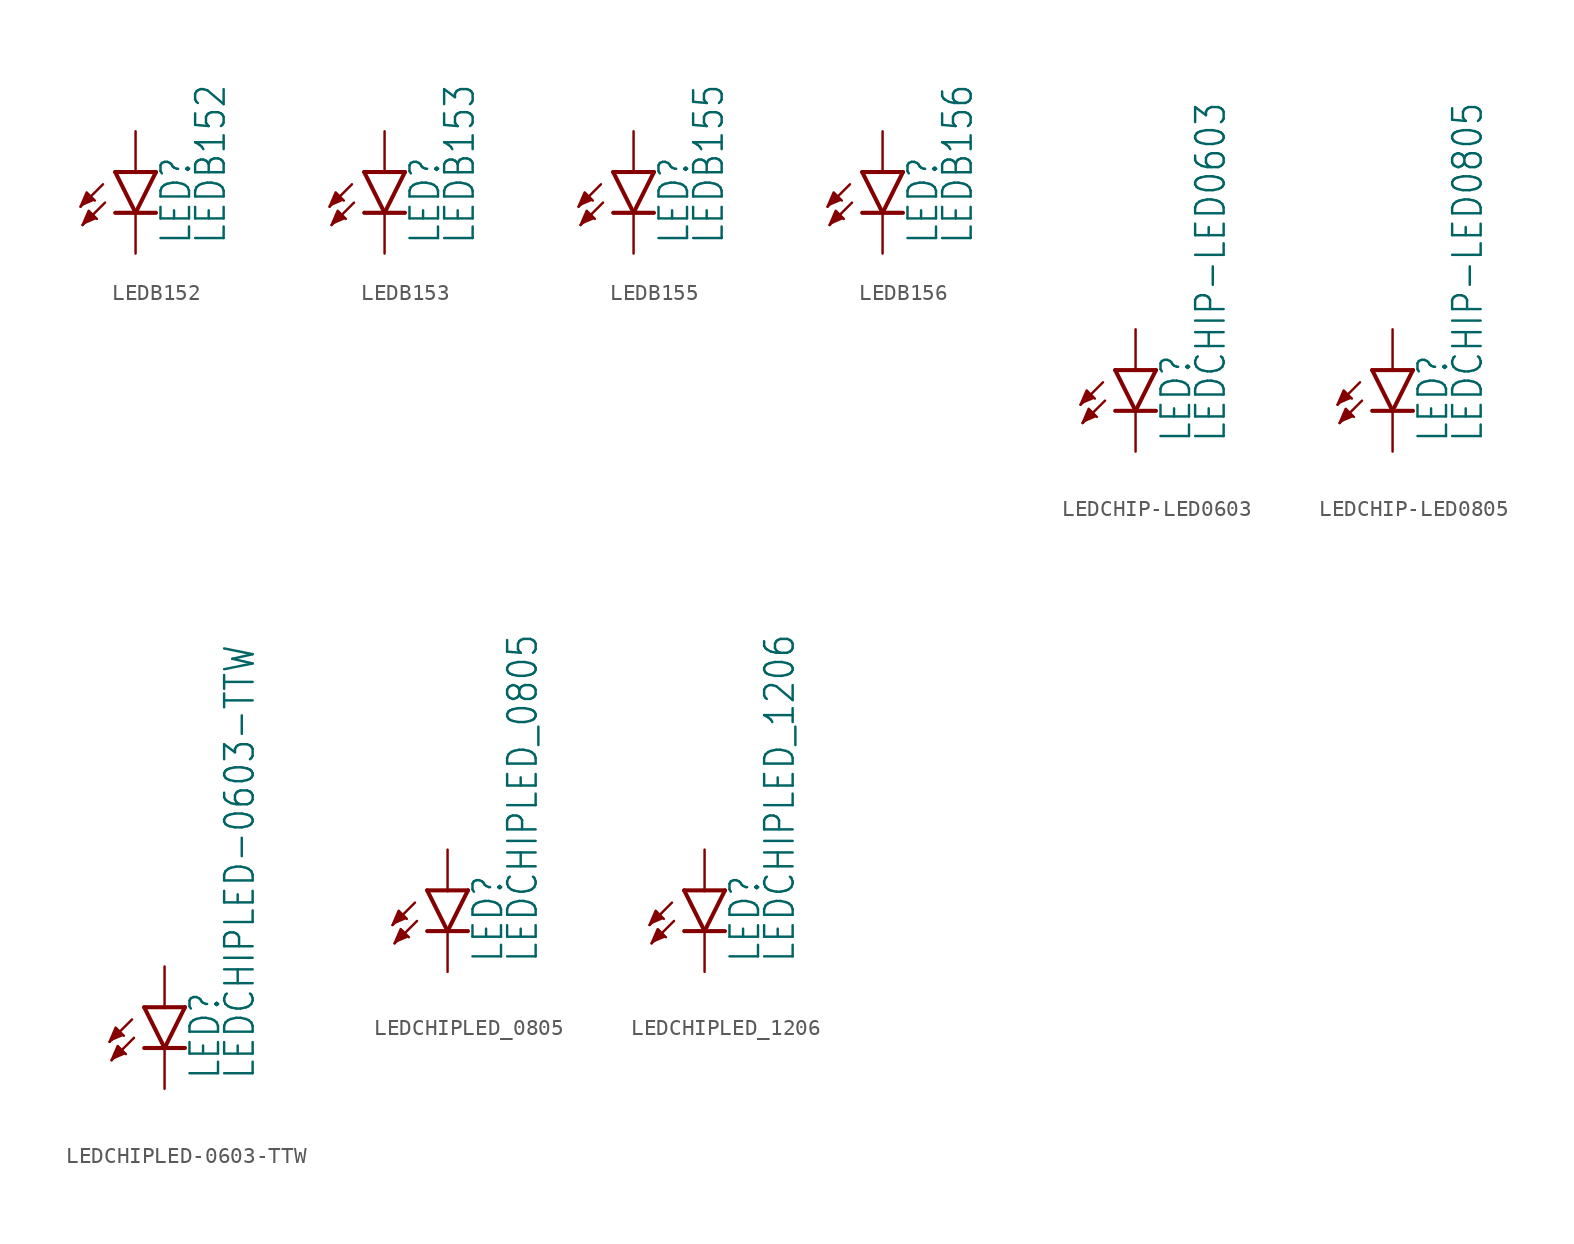
<source format=kicad_sym>
(kicad_symbol_lib
  (version 20210619)
  (generator kicad_symbol_editor)
  (symbol "LEDB152"
    (property "Reference" "LED"
      (at 3.556 -4.572 90)
      (effects (font (size 1.778 1.511)) (justify left bottom)))
    (property "Value" "LEDB152"
      (at 5.715 -4.572 90)
      (effects (font (size 1.778 1.511)) (justify left bottom)))
    (property "ki_locked" ""
      (at 0 0 0)
      (effects (font (size 1.27 1.27))))
    (symbol "LEDB152_1_0"
      (polyline (pts (xy -2.032 -0.762) (xy -3.429 -2.159)) (stroke (width 0.152)) (fill (type none)))
      (polyline (pts (xy -1.905 -1.905) (xy -3.302 -3.302)) (stroke (width 0.152)) (fill (type none)))
      (polyline (pts (xy 0 -2.54) (xy -1.27 -2.54)) (stroke (width 0.254)) (fill (type none)))
      (polyline (pts (xy 0 -2.54) (xy -1.27 0)) (stroke (width 0.254)) (fill (type none)))
      (polyline (pts (xy 0 0) (xy -1.27 0)) (stroke (width 0.254)) (fill (type none)))
      (polyline (pts (xy 1.27 -2.54) (xy 0 -2.54)) (stroke (width 0.254)) (fill (type none)))
      (polyline (pts (xy 1.27 0) (xy 0 -2.54)) (stroke (width 0.254)) (fill (type none)))
      (polyline (pts (xy 1.27 0) (xy 0 0)) (stroke (width 0.254)) (fill (type none)))
      (polyline (pts (xy -3.429 -2.159) (xy -3.048 -1.27) (xy -2.54 -1.778)) (stroke (width 0)) (fill (type outline)))
      (polyline (pts (xy -3.302 -3.302) (xy -2.921 -2.413) (xy -2.413 -2.921)) (stroke (width 0)) (fill (type outline)))
      (pin passive line (at 0 2.54 270) (length 2.54) (name "A" (effects (font (size 0 0)))) (number "A" (effects (font (size 0 0)))))
      (pin passive line (at 0 -5.08 90) (length 2.54) (name "C" (effects (font (size 0 0)))) (number "K" (effects (font (size 0 0)))))))
  (symbol "LEDB153"
    (property "Reference" "LED"
      (at 3.556 -4.572 90)
      (effects (font (size 1.778 1.511)) (justify left bottom)))
    (property "Value" "LEDB153"
      (at 5.715 -4.572 90)
      (effects (font (size 1.778 1.511)) (justify left bottom)))
    (property "ki_locked" ""
      (at 0 0 0)
      (effects (font (size 1.27 1.27))))
    (symbol "LEDB153_1_0"
      (polyline (pts (xy -2.032 -0.762) (xy -3.429 -2.159)) (stroke (width 0.152)) (fill (type none)))
      (polyline (pts (xy -1.905 -1.905) (xy -3.302 -3.302)) (stroke (width 0.152)) (fill (type none)))
      (polyline (pts (xy 0 -2.54) (xy -1.27 -2.54)) (stroke (width 0.254)) (fill (type none)))
      (polyline (pts (xy 0 -2.54) (xy -1.27 0)) (stroke (width 0.254)) (fill (type none)))
      (polyline (pts (xy 0 0) (xy -1.27 0)) (stroke (width 0.254)) (fill (type none)))
      (polyline (pts (xy 1.27 -2.54) (xy 0 -2.54)) (stroke (width 0.254)) (fill (type none)))
      (polyline (pts (xy 1.27 0) (xy 0 -2.54)) (stroke (width 0.254)) (fill (type none)))
      (polyline (pts (xy 1.27 0) (xy 0 0)) (stroke (width 0.254)) (fill (type none)))
      (polyline (pts (xy -3.429 -2.159) (xy -3.048 -1.27) (xy -2.54 -1.778)) (stroke (width 0)) (fill (type outline)))
      (polyline (pts (xy -3.302 -3.302) (xy -2.921 -2.413) (xy -2.413 -2.921)) (stroke (width 0)) (fill (type outline)))
      (pin passive line (at 0 2.54 270) (length 2.54) (name "A" (effects (font (size 0 0)))) (number "A" (effects (font (size 0 0)))))
      (pin passive line (at 0 -5.08 90) (length 2.54) (name "C" (effects (font (size 0 0)))) (number "K" (effects (font (size 0 0)))))))
  (symbol "LEDB155"
    (property "Reference" "LED"
      (at 3.556 -4.572 90)
      (effects (font (size 1.778 1.511)) (justify left bottom)))
    (property "Value" "LEDB155"
      (at 5.715 -4.572 90)
      (effects (font (size 1.778 1.511)) (justify left bottom)))
    (property "ki_locked" ""
      (at 0 0 0)
      (effects (font (size 1.27 1.27))))
    (symbol "LEDB155_1_0"
      (polyline (pts (xy -2.032 -0.762) (xy -3.429 -2.159)) (stroke (width 0.152)) (fill (type none)))
      (polyline (pts (xy -1.905 -1.905) (xy -3.302 -3.302)) (stroke (width 0.152)) (fill (type none)))
      (polyline (pts (xy 0 -2.54) (xy -1.27 -2.54)) (stroke (width 0.254)) (fill (type none)))
      (polyline (pts (xy 0 -2.54) (xy -1.27 0)) (stroke (width 0.254)) (fill (type none)))
      (polyline (pts (xy 0 0) (xy -1.27 0)) (stroke (width 0.254)) (fill (type none)))
      (polyline (pts (xy 1.27 -2.54) (xy 0 -2.54)) (stroke (width 0.254)) (fill (type none)))
      (polyline (pts (xy 1.27 0) (xy 0 -2.54)) (stroke (width 0.254)) (fill (type none)))
      (polyline (pts (xy 1.27 0) (xy 0 0)) (stroke (width 0.254)) (fill (type none)))
      (polyline (pts (xy -3.429 -2.159) (xy -3.048 -1.27) (xy -2.54 -1.778)) (stroke (width 0)) (fill (type outline)))
      (polyline (pts (xy -3.302 -3.302) (xy -2.921 -2.413) (xy -2.413 -2.921)) (stroke (width 0)) (fill (type outline)))
      (pin passive line (at 0 2.54 270) (length 2.54) (name "A" (effects (font (size 0 0)))) (number "A" (effects (font (size 0 0)))))
      (pin passive line (at 0 -5.08 90) (length 2.54) (name "C" (effects (font (size 0 0)))) (number "K" (effects (font (size 0 0)))))))
  (symbol "LEDB156"
    (property "Reference" "LED"
      (at 3.556 -4.572 90)
      (effects (font (size 1.778 1.511)) (justify left bottom)))
    (property "Value" "LEDB156"
      (at 5.715 -4.572 90)
      (effects (font (size 1.778 1.511)) (justify left bottom)))
    (property "ki_locked" ""
      (at 0 0 0)
      (effects (font (size 1.27 1.27))))
    (symbol "LEDB156_1_0"
      (polyline (pts (xy -2.032 -0.762) (xy -3.429 -2.159)) (stroke (width 0.152)) (fill (type none)))
      (polyline (pts (xy -1.905 -1.905) (xy -3.302 -3.302)) (stroke (width 0.152)) (fill (type none)))
      (polyline (pts (xy 0 -2.54) (xy -1.27 -2.54)) (stroke (width 0.254)) (fill (type none)))
      (polyline (pts (xy 0 -2.54) (xy -1.27 0)) (stroke (width 0.254)) (fill (type none)))
      (polyline (pts (xy 0 0) (xy -1.27 0)) (stroke (width 0.254)) (fill (type none)))
      (polyline (pts (xy 1.27 -2.54) (xy 0 -2.54)) (stroke (width 0.254)) (fill (type none)))
      (polyline (pts (xy 1.27 0) (xy 0 -2.54)) (stroke (width 0.254)) (fill (type none)))
      (polyline (pts (xy 1.27 0) (xy 0 0)) (stroke (width 0.254)) (fill (type none)))
      (polyline (pts (xy -3.429 -2.159) (xy -3.048 -1.27) (xy -2.54 -1.778)) (stroke (width 0)) (fill (type outline)))
      (polyline (pts (xy -3.302 -3.302) (xy -2.921 -2.413) (xy -2.413 -2.921)) (stroke (width 0)) (fill (type outline)))
      (pin passive line (at 0 2.54 270) (length 2.54) (name "A" (effects (font (size 0 0)))) (number "A" (effects (font (size 0 0)))))
      (pin passive line (at 0 -5.08 90) (length 2.54) (name "C" (effects (font (size 0 0)))) (number "K" (effects (font (size 0 0)))))))
  (symbol "LEDCHIP-LED0603"
    (property "Reference" "LED"
      (at 3.556 -4.572 90)
      (effects (font (size 1.778 1.511)) (justify left bottom)))
    (property "Value" "LEDCHIP-LED0603"
      (at 5.715 -4.572 90)
      (effects (font (size 1.778 1.511)) (justify left bottom)))
    (property "ki_locked" ""
      (at 0 0 0)
      (effects (font (size 1.27 1.27))))
    (symbol "LEDCHIP-LED0603_1_0"
      (polyline (pts (xy -2.032 -0.762) (xy -3.429 -2.159)) (stroke (width 0.152)) (fill (type none)))
      (polyline (pts (xy -1.905 -1.905) (xy -3.302 -3.302)) (stroke (width 0.152)) (fill (type none)))
      (polyline (pts (xy 0 -2.54) (xy -1.27 -2.54)) (stroke (width 0.254)) (fill (type none)))
      (polyline (pts (xy 0 -2.54) (xy -1.27 0)) (stroke (width 0.254)) (fill (type none)))
      (polyline (pts (xy 0 0) (xy -1.27 0)) (stroke (width 0.254)) (fill (type none)))
      (polyline (pts (xy 1.27 -2.54) (xy 0 -2.54)) (stroke (width 0.254)) (fill (type none)))
      (polyline (pts (xy 1.27 0) (xy 0 -2.54)) (stroke (width 0.254)) (fill (type none)))
      (polyline (pts (xy 1.27 0) (xy 0 0)) (stroke (width 0.254)) (fill (type none)))
      (polyline (pts (xy -3.429 -2.159) (xy -3.048 -1.27) (xy -2.54 -1.778)) (stroke (width 0)) (fill (type outline)))
      (polyline (pts (xy -3.302 -3.302) (xy -2.921 -2.413) (xy -2.413 -2.921)) (stroke (width 0)) (fill (type outline)))
      (pin passive line (at 0 2.54 270) (length 2.54) (name "A" (effects (font (size 0 0)))) (number "A" (effects (font (size 0 0)))))
      (pin passive line (at 0 -5.08 90) (length 2.54) (name "C" (effects (font (size 0 0)))) (number "C" (effects (font (size 0 0)))))))
  (symbol "LEDCHIP-LED0805"
    (property "Reference" "LED"
      (at 3.556 -4.572 90)
      (effects (font (size 1.778 1.511)) (justify left bottom)))
    (property "Value" "LEDCHIP-LED0805"
      (at 5.715 -4.572 90)
      (effects (font (size 1.778 1.511)) (justify left bottom)))
    (property "ki_locked" ""
      (at 0 0 0)
      (effects (font (size 1.27 1.27))))
    (symbol "LEDCHIP-LED0805_1_0"
      (polyline (pts (xy -2.032 -0.762) (xy -3.429 -2.159)) (stroke (width 0.152)) (fill (type none)))
      (polyline (pts (xy -1.905 -1.905) (xy -3.302 -3.302)) (stroke (width 0.152)) (fill (type none)))
      (polyline (pts (xy 0 -2.54) (xy -1.27 -2.54)) (stroke (width 0.254)) (fill (type none)))
      (polyline (pts (xy 0 -2.54) (xy -1.27 0)) (stroke (width 0.254)) (fill (type none)))
      (polyline (pts (xy 0 0) (xy -1.27 0)) (stroke (width 0.254)) (fill (type none)))
      (polyline (pts (xy 1.27 -2.54) (xy 0 -2.54)) (stroke (width 0.254)) (fill (type none)))
      (polyline (pts (xy 1.27 0) (xy 0 -2.54)) (stroke (width 0.254)) (fill (type none)))
      (polyline (pts (xy 1.27 0) (xy 0 0)) (stroke (width 0.254)) (fill (type none)))
      (polyline (pts (xy -3.429 -2.159) (xy -3.048 -1.27) (xy -2.54 -1.778)) (stroke (width 0)) (fill (type outline)))
      (polyline (pts (xy -3.302 -3.302) (xy -2.921 -2.413) (xy -2.413 -2.921)) (stroke (width 0)) (fill (type outline)))
      (pin passive line (at 0 2.54 270) (length 2.54) (name "A" (effects (font (size 0 0)))) (number "A" (effects (font (size 0 0)))))
      (pin passive line (at 0 -5.08 90) (length 2.54) (name "C" (effects (font (size 0 0)))) (number "C" (effects (font (size 0 0)))))))
  (symbol "LEDCHIPLED-0603-TTW"
    (property "Reference" "LED"
      (at 3.556 -4.572 90)
      (effects (font (size 1.778 1.511)) (justify left bottom)))
    (property "Value" "LEDCHIPLED-0603-TTW"
      (at 5.715 -4.572 90)
      (effects (font (size 1.778 1.511)) (justify left bottom)))
    (property "ki_locked" ""
      (at 0 0 0)
      (effects (font (size 1.27 1.27))))
    (symbol "LEDCHIPLED-0603-TTW_1_0"
      (polyline (pts (xy -2.032 -0.762) (xy -3.429 -2.159)) (stroke (width 0.152)) (fill (type none)))
      (polyline (pts (xy -1.905 -1.905) (xy -3.302 -3.302)) (stroke (width 0.152)) (fill (type none)))
      (polyline (pts (xy 0 -2.54) (xy -1.27 -2.54)) (stroke (width 0.254)) (fill (type none)))
      (polyline (pts (xy 0 -2.54) (xy -1.27 0)) (stroke (width 0.254)) (fill (type none)))
      (polyline (pts (xy 0 0) (xy -1.27 0)) (stroke (width 0.254)) (fill (type none)))
      (polyline (pts (xy 1.27 -2.54) (xy 0 -2.54)) (stroke (width 0.254)) (fill (type none)))
      (polyline (pts (xy 1.27 0) (xy 0 -2.54)) (stroke (width 0.254)) (fill (type none)))
      (polyline (pts (xy 1.27 0) (xy 0 0)) (stroke (width 0.254)) (fill (type none)))
      (polyline (pts (xy -3.429 -2.159) (xy -3.048 -1.27) (xy -2.54 -1.778)) (stroke (width 0)) (fill (type outline)))
      (polyline (pts (xy -3.302 -3.302) (xy -2.921 -2.413) (xy -2.413 -2.921)) (stroke (width 0)) (fill (type outline)))
      (pin passive line (at 0 2.54 270) (length 2.54) (name "A" (effects (font (size 0 0)))) (number "A@1" (effects (font (size 0 0)))))
      (pin passive line (at 0 -5.08 90) (length 2.54) (name "C" (effects (font (size 0 0)))) (number "C@1" (effects (font (size 0 0)))))))
  (symbol "LEDCHIPLED_0805"
    (property "Reference" "LED"
      (at 3.556 -4.572 90)
      (effects (font (size 1.778 1.511)) (justify left bottom)))
    (property "Value" "LEDCHIPLED_0805"
      (at 5.715 -4.572 90)
      (effects (font (size 1.778 1.511)) (justify left bottom)))
    (property "ki_locked" ""
      (at 0 0 0)
      (effects (font (size 1.27 1.27))))
    (symbol "LEDCHIPLED_0805_1_0"
      (polyline (pts (xy -2.032 -0.762) (xy -3.429 -2.159)) (stroke (width 0.152)) (fill (type none)))
      (polyline (pts (xy -1.905 -1.905) (xy -3.302 -3.302)) (stroke (width 0.152)) (fill (type none)))
      (polyline (pts (xy 0 -2.54) (xy -1.27 -2.54)) (stroke (width 0.254)) (fill (type none)))
      (polyline (pts (xy 0 -2.54) (xy -1.27 0)) (stroke (width 0.254)) (fill (type none)))
      (polyline (pts (xy 0 0) (xy -1.27 0)) (stroke (width 0.254)) (fill (type none)))
      (polyline (pts (xy 1.27 -2.54) (xy 0 -2.54)) (stroke (width 0.254)) (fill (type none)))
      (polyline (pts (xy 1.27 0) (xy 0 -2.54)) (stroke (width 0.254)) (fill (type none)))
      (polyline (pts (xy 1.27 0) (xy 0 0)) (stroke (width 0.254)) (fill (type none)))
      (polyline (pts (xy -3.429 -2.159) (xy -3.048 -1.27) (xy -2.54 -1.778)) (stroke (width 0)) (fill (type outline)))
      (polyline (pts (xy -3.302 -3.302) (xy -2.921 -2.413) (xy -2.413 -2.921)) (stroke (width 0)) (fill (type outline)))
      (pin passive line (at 0 2.54 270) (length 2.54) (name "A" (effects (font (size 0 0)))) (number "A" (effects (font (size 0 0)))))
      (pin passive line (at 0 -5.08 90) (length 2.54) (name "C" (effects (font (size 0 0)))) (number "C" (effects (font (size 0 0)))))))
  (symbol "LEDCHIPLED_1206"
    (property "Reference" "LED"
      (at 3.556 -4.572 90)
      (effects (font (size 1.778 1.511)) (justify left bottom)))
    (property "Value" "LEDCHIPLED_1206"
      (at 5.715 -4.572 90)
      (effects (font (size 1.778 1.511)) (justify left bottom)))
    (property "ki_locked" ""
      (at 0 0 0)
      (effects (font (size 1.27 1.27))))
    (symbol "LEDCHIPLED_1206_1_0"
      (polyline (pts (xy -2.032 -0.762) (xy -3.429 -2.159)) (stroke (width 0.152)) (fill (type none)))
      (polyline (pts (xy -1.905 -1.905) (xy -3.302 -3.302)) (stroke (width 0.152)) (fill (type none)))
      (polyline (pts (xy 0 -2.54) (xy -1.27 -2.54)) (stroke (width 0.254)) (fill (type none)))
      (polyline (pts (xy 0 -2.54) (xy -1.27 0)) (stroke (width 0.254)) (fill (type none)))
      (polyline (pts (xy 0 0) (xy -1.27 0)) (stroke (width 0.254)) (fill (type none)))
      (polyline (pts (xy 1.27 -2.54) (xy 0 -2.54)) (stroke (width 0.254)) (fill (type none)))
      (polyline (pts (xy 1.27 0) (xy 0 -2.54)) (stroke (width 0.254)) (fill (type none)))
      (polyline (pts (xy 1.27 0) (xy 0 0)) (stroke (width 0.254)) (fill (type none)))
      (polyline (pts (xy -3.429 -2.159) (xy -3.048 -1.27) (xy -2.54 -1.778)) (stroke (width 0)) (fill (type outline)))
      (polyline (pts (xy -3.302 -3.302) (xy -2.921 -2.413) (xy -2.413 -2.921)) (stroke (width 0)) (fill (type outline)))
      (pin passive line (at 0 2.54 270) (length 2.54) (name "A" (effects (font (size 0 0)))) (number "A" (effects (font (size 0 0)))))
      (pin passive line (at 0 -5.08 90) (length 2.54) (name "C" (effects (font (size 0 0)))) (number "C" (effects (font (size 0 0))))))))
</source>
